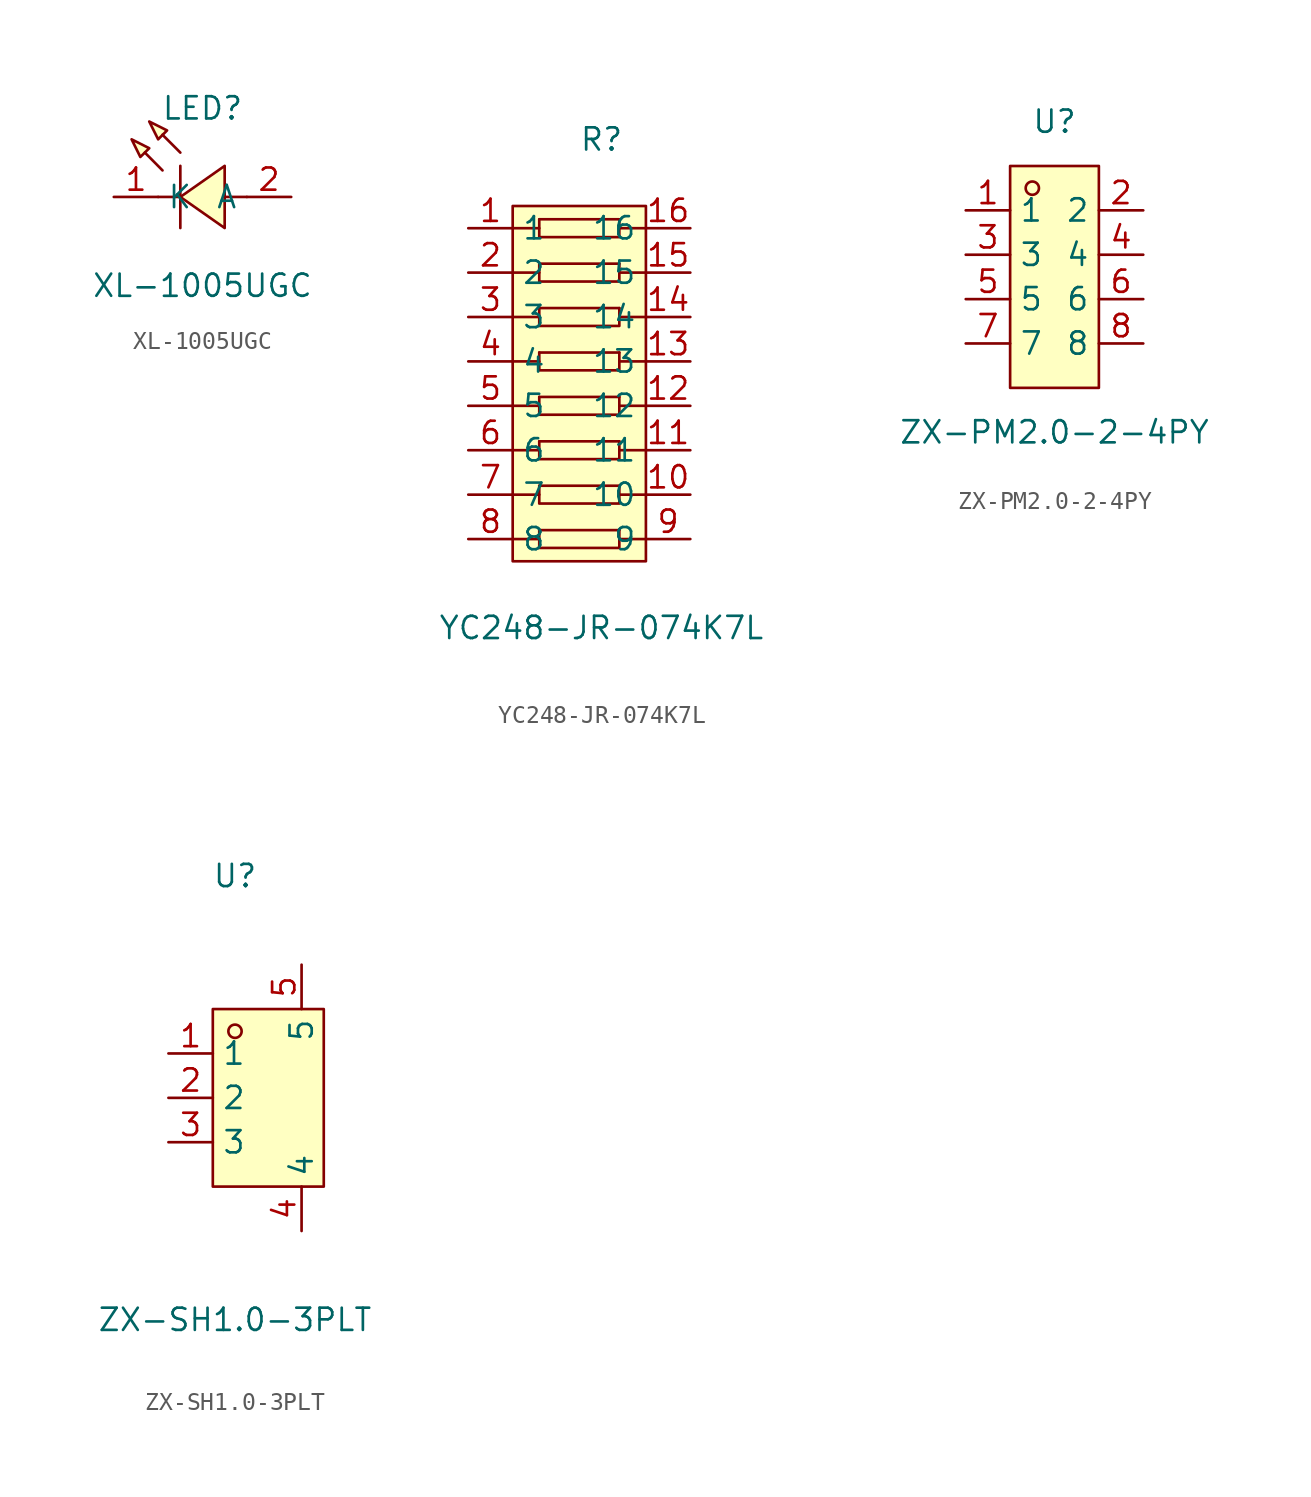
<source format=kicad_sym>
(kicad_symbol_lib
  (version 20241209)
  (generator "kicad_symbol_editor")
  (generator_version "9.0")
  (symbol "XL-1005UGC"
    (property "Reference" "LED"
      (at 0 5.08 0)
      (effects (font (size 1.27 1.27))))
    (property "Value" "XL-1005UGC"
      (at 0 -5.08 0)
      (effects (font (size 1.27 1.27))))
    (symbol "XL-1005UGC_0_1"
      (polyline (pts (xy -4.06 3.3) (xy -3.05 2.79) (xy -3.56 2.29) (xy -4.06 3.3)) (stroke (width 0) (type default)) (fill (type background)))
      (polyline (pts (xy -3.05 4.32) (xy -2.03 3.81) (xy -2.54 3.3) (xy -3.05 4.32)) (stroke (width 0) (type default)) (fill (type background)))
      (polyline (pts (xy -2.29 1.52) (xy -3.3 2.54) (xy -2.29 1.52)) (stroke (width 0) (type default)) (fill (type background)))
      (polyline (pts (xy -1.27 2.54) (xy -2.29 3.56) (xy -1.27 2.54)) (stroke (width 0) (type default)) (fill (type background)))
      (polyline (pts (xy -1.27 1.78) (xy -1.27 -1.78)) (stroke (width 0) (type default)) (fill (type none)))
      (polyline (pts (xy -1.27 0) (xy -2.54 0)) (stroke (width 0) (type default)) (fill (type none)))
      (polyline (pts (xy 1.27 1.78) (xy -1.27 0) (xy 1.27 -1.78) (xy 1.27 1.78)) (stroke (width 0) (type default)) (fill (type background)))
      (polyline (pts (xy 2.54 0) (xy 1.27 0)) (stroke (width 0) (type default)) (fill (type none)))
      (pin unspecified line (at -5.08 0 0) (length 2.54) (name "K" (effects (font (size 1.27 1.27)))) (number "1" (effects (font (size 1.27 1.27)))))
      (pin unspecified line (at 5.08 0 180) (length 2.54) (name "A" (effects (font (size 1.27 1.27)))) (number "2" (effects (font (size 1.27 1.27)))))))
  (symbol "YC248-JR-074K7L"
    (property "Reference" "R"
      (at 0 15.24 0)
      (effects (font (size 1.27 1.27))))
    (property "Value" "YC248-JR-074K7L"
      (at 0 -12.7 0)
      (effects (font (size 1.27 1.27))))
    (symbol "YC248-JR-074K7L_0_1"
      (rectangle (start -5.08 11.43) (end 2.54 -8.89) (stroke (width 0) (type default)) (fill (type background)))
      (polyline (pts (xy -5.08 10.16) (xy -3.56 10.16)) (stroke (width 0) (type default)) (fill (type none)))
      (polyline (pts (xy -5.08 7.62) (xy -3.56 7.62)) (stroke (width 0) (type default)) (fill (type none)))
      (polyline (pts (xy -5.08 5.08) (xy -3.56 5.08)) (stroke (width 0) (type default)) (fill (type none)))
      (polyline (pts (xy -5.08 2.54) (xy -3.56 2.54)) (stroke (width 0) (type default)) (fill (type none)))
      (polyline (pts (xy -5.08 0) (xy -3.56 0)) (stroke (width 0) (type default)) (fill (type none)))
      (polyline (pts (xy -5.08 -2.54) (xy -3.56 -2.54)) (stroke (width 0) (type default)) (fill (type none)))
      (polyline (pts (xy -5.08 -5.08) (xy -3.56 -5.08)) (stroke (width 0) (type default)) (fill (type none)))
      (polyline (pts (xy -5.08 -7.62) (xy -3.56 -7.62)) (stroke (width 0) (type default)) (fill (type none)))
      (polyline (pts (xy -3.56 10.67) (xy 1.02 10.67)) (stroke (width 0) (type default)) (fill (type none)))
      (polyline (pts (xy -3.56 10.67) (xy -3.56 9.65) (xy 1.02 9.65) (xy 1.02 10.67)) (stroke (width 0) (type default)) (fill (type none)))
      (polyline (pts (xy -3.56 8.13) (xy 1.02 8.13)) (stroke (width 0) (type default)) (fill (type none)))
      (polyline (pts (xy -3.56 8.13) (xy -3.56 7.11) (xy 1.02 7.11) (xy 1.02 8.13)) (stroke (width 0) (type default)) (fill (type none)))
      (polyline (pts (xy -3.56 5.59) (xy 1.02 5.59)) (stroke (width 0) (type default)) (fill (type none)))
      (polyline (pts (xy -3.56 5.59) (xy -3.56 4.57) (xy 1.02 4.57) (xy 1.02 5.59)) (stroke (width 0) (type default)) (fill (type none)))
      (polyline (pts (xy -3.56 3.05) (xy 1.02 3.05)) (stroke (width 0) (type default)) (fill (type none)))
      (polyline (pts (xy -3.56 3.05) (xy -3.56 2.03) (xy 1.02 2.03) (xy 1.02 3.05)) (stroke (width 0) (type default)) (fill (type none)))
      (polyline (pts (xy -3.56 0.51) (xy 1.02 0.51)) (stroke (width 0) (type default)) (fill (type none)))
      (polyline (pts (xy -3.56 0.51) (xy -3.56 -0.51) (xy 1.02 -0.51) (xy 1.02 0.51)) (stroke (width 0) (type default)) (fill (type none)))
      (polyline (pts (xy -3.56 -2.03) (xy 1.02 -2.03)) (stroke (width 0) (type default)) (fill (type none)))
      (polyline (pts (xy -3.56 -2.03) (xy -3.56 -3.05) (xy 1.02 -3.05) (xy 1.02 -2.03)) (stroke (width 0) (type default)) (fill (type none)))
      (polyline (pts (xy -3.56 -4.57) (xy 1.02 -4.57)) (stroke (width 0) (type default)) (fill (type none)))
      (polyline (pts (xy -3.56 -4.57) (xy -3.56 -5.59) (xy 1.02 -5.59) (xy 1.02 -4.57)) (stroke (width 0) (type default)) (fill (type none)))
      (polyline (pts (xy -3.56 -7.11) (xy 1.02 -7.11)) (stroke (width 0) (type default)) (fill (type none)))
      (polyline (pts (xy -3.56 -7.11) (xy -3.56 -8.13) (xy 1.02 -8.13) (xy 1.02 -7.11)) (stroke (width 0) (type default)) (fill (type none)))
      (polyline (pts (xy 1.02 10.16) (xy 2.54 10.16)) (stroke (width 0) (type default)) (fill (type none)))
      (polyline (pts (xy 1.02 7.62) (xy 2.54 7.62)) (stroke (width 0) (type default)) (fill (type none)))
      (polyline (pts (xy 1.02 5.08) (xy 2.54 5.08)) (stroke (width 0) (type default)) (fill (type none)))
      (polyline (pts (xy 1.02 2.54) (xy 2.54 2.54)) (stroke (width 0) (type default)) (fill (type none)))
      (polyline (pts (xy 1.02 0) (xy 2.54 0)) (stroke (width 0) (type default)) (fill (type none)))
      (polyline (pts (xy 1.02 -2.54) (xy 2.54 -2.54)) (stroke (width 0) (type default)) (fill (type none)))
      (polyline (pts (xy 1.02 -5.08) (xy 2.54 -5.08)) (stroke (width 0) (type default)) (fill (type none)))
      (polyline (pts (xy 1.02 -7.62) (xy 2.54 -7.62)) (stroke (width 0) (type default)) (fill (type none)))
      (pin unspecified line (at -7.62 10.16 0) (length 2.54) (name "1" (effects (font (size 1.27 1.27)))) (number "1" (effects (font (size 1.27 1.27)))))
      (pin unspecified line (at -7.62 7.62 0) (length 2.54) (name "2" (effects (font (size 1.27 1.27)))) (number "2" (effects (font (size 1.27 1.27)))))
      (pin unspecified line (at -7.62 5.08 0) (length 2.54) (name "3" (effects (font (size 1.27 1.27)))) (number "3" (effects (font (size 1.27 1.27)))))
      (pin unspecified line (at -7.62 2.54 0) (length 2.54) (name "4" (effects (font (size 1.27 1.27)))) (number "4" (effects (font (size 1.27 1.27)))))
      (pin unspecified line (at -7.62 0 0) (length 2.54) (name "5" (effects (font (size 1.27 1.27)))) (number "5" (effects (font (size 1.27 1.27)))))
      (pin unspecified line (at -7.62 -2.54 0) (length 2.54) (name "6" (effects (font (size 1.27 1.27)))) (number "6" (effects (font (size 1.27 1.27)))))
      (pin unspecified line (at -7.62 -5.08 0) (length 2.54) (name "7" (effects (font (size 1.27 1.27)))) (number "7" (effects (font (size 1.27 1.27)))))
      (pin unspecified line (at -7.62 -7.62 0) (length 2.54) (name "8" (effects (font (size 1.27 1.27)))) (number "8" (effects (font (size 1.27 1.27)))))
      (pin unspecified line (at 5.08 10.16 180) (length 2.54) (name "16" (effects (font (size 1.27 1.27)))) (number "16" (effects (font (size 1.27 1.27)))))
      (pin unspecified line (at 5.08 7.62 180) (length 2.54) (name "15" (effects (font (size 1.27 1.27)))) (number "15" (effects (font (size 1.27 1.27)))))
      (pin unspecified line (at 5.08 5.08 180) (length 2.54) (name "14" (effects (font (size 1.27 1.27)))) (number "14" (effects (font (size 1.27 1.27)))))
      (pin unspecified line (at 5.08 2.54 180) (length 2.54) (name "13" (effects (font (size 1.27 1.27)))) (number "13" (effects (font (size 1.27 1.27)))))
      (pin unspecified line (at 5.08 0 180) (length 2.54) (name "12" (effects (font (size 1.27 1.27)))) (number "12" (effects (font (size 1.27 1.27)))))
      (pin unspecified line (at 5.08 -2.54 180) (length 2.54) (name "11" (effects (font (size 1.27 1.27)))) (number "11" (effects (font (size 1.27 1.27)))))
      (pin unspecified line (at 5.08 -5.08 180) (length 2.54) (name "10" (effects (font (size 1.27 1.27)))) (number "10" (effects (font (size 1.27 1.27)))))
      (pin unspecified line (at 5.08 -7.62 180) (length 2.54) (name "9" (effects (font (size 1.27 1.27)))) (number "9" (effects (font (size 1.27 1.27)))))))
  (symbol "ZX-PM2.0-2-4PY"
    (property "Reference" "U"
      (at 0 8.89 0)
      (effects (font (size 1.27 1.27))))
    (property "Value" "ZX-PM2.0-2-4PY"
      (at 0 -8.89 0)
      (effects (font (size 1.27 1.27))))
    (symbol "ZX-PM2.0-2-4PY_0_1"
      (rectangle (start -2.54 6.35) (end 2.54 -6.35) (stroke (width 0) (type default)) (fill (type background)))
      (circle (center -1.27 5.08) (radius 0.38) (stroke (width 0) (type default)) (fill (type none)))
      (pin unspecified line (at -5.08 3.81 0) (length 2.54) (name "1" (effects (font (size 1.27 1.27)))) (number "1" (effects (font (size 1.27 1.27)))))
      (pin unspecified line (at -5.08 1.27 0) (length 2.54) (name "3" (effects (font (size 1.27 1.27)))) (number "3" (effects (font (size 1.27 1.27)))))
      (pin unspecified line (at -5.08 -1.27 0) (length 2.54) (name "5" (effects (font (size 1.27 1.27)))) (number "5" (effects (font (size 1.27 1.27)))))
      (pin unspecified line (at -5.08 -3.81 0) (length 2.54) (name "7" (effects (font (size 1.27 1.27)))) (number "7" (effects (font (size 1.27 1.27)))))
      (pin unspecified line (at 5.08 3.81 180) (length 2.54) (name "2" (effects (font (size 1.27 1.27)))) (number "2" (effects (font (size 1.27 1.27)))))
      (pin unspecified line (at 5.08 1.27 180) (length 2.54) (name "4" (effects (font (size 1.27 1.27)))) (number "4" (effects (font (size 1.27 1.27)))))
      (pin unspecified line (at 5.08 -1.27 180) (length 2.54) (name "6" (effects (font (size 1.27 1.27)))) (number "6" (effects (font (size 1.27 1.27)))))
      (pin unspecified line (at 5.08 -3.81 180) (length 2.54) (name "8" (effects (font (size 1.27 1.27)))) (number "8" (effects (font (size 1.27 1.27)))))))
  (symbol "ZX-SH1.0-3PLT"
    (property "Reference" "U"
      (at 0 12.7 0)
      (effects (font (size 1.27 1.27))))
    (property "Value" "ZX-SH1.0-3PLT"
      (at 0 -12.7 0)
      (effects (font (size 1.27 1.27))))
    (symbol "ZX-SH1.0-3PLT_0_1"
      (rectangle (start -1.27 5.08) (end 5.08 -5.08) (stroke (width 0) (type default)) (fill (type background)))
      (circle (center 0 3.81) (radius 0.38) (stroke (width 0) (type default)) (fill (type none)))
      (pin unspecified line (at -3.81 2.54 0) (length 2.54) (name "1" (effects (font (size 1.27 1.27)))) (number "1" (effects (font (size 1.27 1.27)))))
      (pin unspecified line (at -3.81 0 0) (length 2.54) (name "2" (effects (font (size 1.27 1.27)))) (number "2" (effects (font (size 1.27 1.27)))))
      (pin unspecified line (at -3.81 -2.54 0) (length 2.54) (name "3" (effects (font (size 1.27 1.27)))) (number "3" (effects (font (size 1.27 1.27)))))
      (pin unspecified line (at 3.81 7.62 270) (length 2.54) (name "5" (effects (font (size 1.27 1.27)))) (number "5" (effects (font (size 1.27 1.27)))))
      (pin unspecified line (at 3.81 -7.62 90) (length 2.54) (name "4" (effects (font (size 1.27 1.27)))) (number "4" (effects (font (size 1.27 1.27))))))))
</source>
